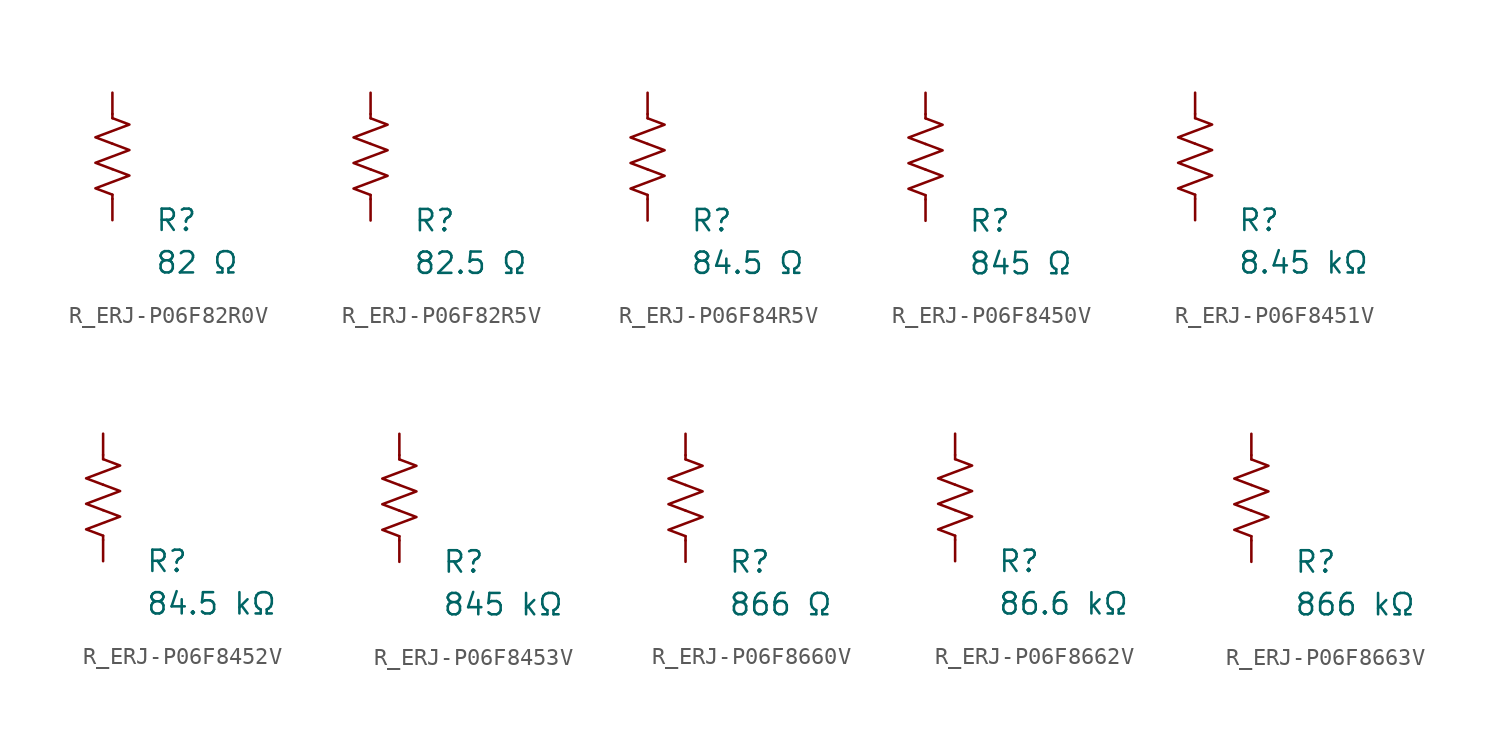
<source format=kicad_sym>
(kicad_symbol_lib
  (version 20231120)
  (generator "kicad_symbol_editor")
  (generator_version "8.0")
  (symbol "R_ERJ-P06F82R0V"
    (pin_numbers hide)
    (pin_names
      (offset 0))
    (property "Reference" "R"
      (at 2.54 -3.81 0)
      (effects (font (size 1.27 1.27)) (justify left))
      (show_name no))
    (property "Value" "82 Ω"
      (at 2.54 -6.35 0)
      (effects (font (size 1.27 1.27)) (justify left))
      (show_name no))
    (symbol "R_ERJ-P06F82R0V_0_1"
      (polyline (pts (xy 0 -2.286) (xy 0 -2.54)) (stroke (width 0) (type default)) (fill (type none)))
      (polyline (pts (xy 0 2.286) (xy 0 2.54)) (stroke (width 0) (type default)) (fill (type none)))
      (polyline (pts (xy 0 -0.762) (xy 1.016 -1.143) (xy 0 -1.524) (xy -1.016 -1.905) (xy 0 -2.286)) (stroke (width 0) (type default)) (fill (type none)))
      (polyline (pts (xy 0 0.762) (xy 1.016 0.381) (xy 0 0) (xy -1.016 -0.381) (xy 0 -0.762)) (stroke (width 0) (type default)) (fill (type none)))
      (polyline (pts (xy 0 2.286) (xy 1.016 1.905) (xy 0 1.524) (xy -1.016 1.143) (xy 0 0.762)) (stroke (width 0) (type default)) (fill (type none))))
    (symbol "R_ERJ-P06F82R0V_1_1"
      (pin passive line (at 0 3.81 270) (length 1.27) (name "~" (effects (font (size 1.27 1.27)))) (number "1" (effects (font (size 1.27 1.27)))))
      (pin passive line (at 0 -3.81 90) (length 1.27) (name "~" (effects (font (size 1.27 1.27)))) (number "2" (effects (font (size 1.27 1.27)))))))
  (symbol "R_ERJ-P06F82R5V"
    (pin_numbers hide)
    (pin_names
      (offset 0))
    (property "Reference" "R"
      (at 2.54 -3.81 0)
      (effects (font (size 1.27 1.27)) (justify left))
      (show_name no))
    (property "Value" "82.5 Ω"
      (at 2.54 -6.35 0)
      (effects (font (size 1.27 1.27)) (justify left))
      (show_name no))
    (symbol "R_ERJ-P06F82R5V_0_1"
      (polyline (pts (xy 0 -2.286) (xy 0 -2.54)) (stroke (width 0) (type default)) (fill (type none)))
      (polyline (pts (xy 0 2.286) (xy 0 2.54)) (stroke (width 0) (type default)) (fill (type none)))
      (polyline (pts (xy 0 -0.762) (xy 1.016 -1.143) (xy 0 -1.524) (xy -1.016 -1.905) (xy 0 -2.286)) (stroke (width 0) (type default)) (fill (type none)))
      (polyline (pts (xy 0 0.762) (xy 1.016 0.381) (xy 0 0) (xy -1.016 -0.381) (xy 0 -0.762)) (stroke (width 0) (type default)) (fill (type none)))
      (polyline (pts (xy 0 2.286) (xy 1.016 1.905) (xy 0 1.524) (xy -1.016 1.143) (xy 0 0.762)) (stroke (width 0) (type default)) (fill (type none))))
    (symbol "R_ERJ-P06F82R5V_1_1"
      (pin passive line (at 0 3.81 270) (length 1.27) (name "~" (effects (font (size 1.27 1.27)))) (number "1" (effects (font (size 1.27 1.27)))))
      (pin passive line (at 0 -3.81 90) (length 1.27) (name "~" (effects (font (size 1.27 1.27)))) (number "2" (effects (font (size 1.27 1.27)))))))
  (symbol "R_ERJ-P06F84R5V"
    (pin_numbers hide)
    (pin_names
      (offset 0))
    (property "Reference" "R"
      (at 2.54 -3.81 0)
      (effects (font (size 1.27 1.27)) (justify left))
      (show_name no))
    (property "Value" "84.5 Ω"
      (at 2.54 -6.35 0)
      (effects (font (size 1.27 1.27)) (justify left))
      (show_name no))
    (symbol "R_ERJ-P06F84R5V_0_1"
      (polyline (pts (xy 0 -2.286) (xy 0 -2.54)) (stroke (width 0) (type default)) (fill (type none)))
      (polyline (pts (xy 0 2.286) (xy 0 2.54)) (stroke (width 0) (type default)) (fill (type none)))
      (polyline (pts (xy 0 -0.762) (xy 1.016 -1.143) (xy 0 -1.524) (xy -1.016 -1.905) (xy 0 -2.286)) (stroke (width 0) (type default)) (fill (type none)))
      (polyline (pts (xy 0 0.762) (xy 1.016 0.381) (xy 0 0) (xy -1.016 -0.381) (xy 0 -0.762)) (stroke (width 0) (type default)) (fill (type none)))
      (polyline (pts (xy 0 2.286) (xy 1.016 1.905) (xy 0 1.524) (xy -1.016 1.143) (xy 0 0.762)) (stroke (width 0) (type default)) (fill (type none))))
    (symbol "R_ERJ-P06F84R5V_1_1"
      (pin passive line (at 0 3.81 270) (length 1.27) (name "~" (effects (font (size 1.27 1.27)))) (number "1" (effects (font (size 1.27 1.27)))))
      (pin passive line (at 0 -3.81 90) (length 1.27) (name "~" (effects (font (size 1.27 1.27)))) (number "2" (effects (font (size 1.27 1.27)))))))
  (symbol "R_ERJ-P06F8450V"
    (pin_numbers hide)
    (pin_names
      (offset 0))
    (property "Reference" "R"
      (at 2.54 -3.81 0)
      (effects (font (size 1.27 1.27)) (justify left))
      (show_name no))
    (property "Value" "845 Ω"
      (at 2.54 -6.35 0)
      (effects (font (size 1.27 1.27)) (justify left))
      (show_name no))
    (symbol "R_ERJ-P06F8450V_0_1"
      (polyline (pts (xy 0 -2.286) (xy 0 -2.54)) (stroke (width 0) (type default)) (fill (type none)))
      (polyline (pts (xy 0 2.286) (xy 0 2.54)) (stroke (width 0) (type default)) (fill (type none)))
      (polyline (pts (xy 0 -0.762) (xy 1.016 -1.143) (xy 0 -1.524) (xy -1.016 -1.905) (xy 0 -2.286)) (stroke (width 0) (type default)) (fill (type none)))
      (polyline (pts (xy 0 0.762) (xy 1.016 0.381) (xy 0 0) (xy -1.016 -0.381) (xy 0 -0.762)) (stroke (width 0) (type default)) (fill (type none)))
      (polyline (pts (xy 0 2.286) (xy 1.016 1.905) (xy 0 1.524) (xy -1.016 1.143) (xy 0 0.762)) (stroke (width 0) (type default)) (fill (type none))))
    (symbol "R_ERJ-P06F8450V_1_1"
      (pin passive line (at 0 3.81 270) (length 1.27) (name "~" (effects (font (size 1.27 1.27)))) (number "1" (effects (font (size 1.27 1.27)))))
      (pin passive line (at 0 -3.81 90) (length 1.27) (name "~" (effects (font (size 1.27 1.27)))) (number "2" (effects (font (size 1.27 1.27)))))))
  (symbol "R_ERJ-P06F8451V"
    (pin_numbers hide)
    (pin_names
      (offset 0))
    (property "Reference" "R"
      (at 2.54 -3.81 0)
      (effects (font (size 1.27 1.27)) (justify left))
      (show_name no))
    (property "Value" "8.45 kΩ"
      (at 2.54 -6.35 0)
      (effects (font (size 1.27 1.27)) (justify left))
      (show_name no))
    (symbol "R_ERJ-P06F8451V_0_1"
      (polyline (pts (xy 0 -2.286) (xy 0 -2.54)) (stroke (width 0) (type default)) (fill (type none)))
      (polyline (pts (xy 0 2.286) (xy 0 2.54)) (stroke (width 0) (type default)) (fill (type none)))
      (polyline (pts (xy 0 -0.762) (xy 1.016 -1.143) (xy 0 -1.524) (xy -1.016 -1.905) (xy 0 -2.286)) (stroke (width 0) (type default)) (fill (type none)))
      (polyline (pts (xy 0 0.762) (xy 1.016 0.381) (xy 0 0) (xy -1.016 -0.381) (xy 0 -0.762)) (stroke (width 0) (type default)) (fill (type none)))
      (polyline (pts (xy 0 2.286) (xy 1.016 1.905) (xy 0 1.524) (xy -1.016 1.143) (xy 0 0.762)) (stroke (width 0) (type default)) (fill (type none))))
    (symbol "R_ERJ-P06F8451V_1_1"
      (pin passive line (at 0 3.81 270) (length 1.27) (name "~" (effects (font (size 1.27 1.27)))) (number "1" (effects (font (size 1.27 1.27)))))
      (pin passive line (at 0 -3.81 90) (length 1.27) (name "~" (effects (font (size 1.27 1.27)))) (number "2" (effects (font (size 1.27 1.27)))))))
  (symbol "R_ERJ-P06F8452V"
    (pin_numbers hide)
    (pin_names
      (offset 0))
    (property "Reference" "R"
      (at 2.54 -3.81 0)
      (effects (font (size 1.27 1.27)) (justify left))
      (show_name no))
    (property "Value" "84.5 kΩ"
      (at 2.54 -6.35 0)
      (effects (font (size 1.27 1.27)) (justify left))
      (show_name no))
    (symbol "R_ERJ-P06F8452V_0_1"
      (polyline (pts (xy 0 -2.286) (xy 0 -2.54)) (stroke (width 0) (type default)) (fill (type none)))
      (polyline (pts (xy 0 2.286) (xy 0 2.54)) (stroke (width 0) (type default)) (fill (type none)))
      (polyline (pts (xy 0 -0.762) (xy 1.016 -1.143) (xy 0 -1.524) (xy -1.016 -1.905) (xy 0 -2.286)) (stroke (width 0) (type default)) (fill (type none)))
      (polyline (pts (xy 0 0.762) (xy 1.016 0.381) (xy 0 0) (xy -1.016 -0.381) (xy 0 -0.762)) (stroke (width 0) (type default)) (fill (type none)))
      (polyline (pts (xy 0 2.286) (xy 1.016 1.905) (xy 0 1.524) (xy -1.016 1.143) (xy 0 0.762)) (stroke (width 0) (type default)) (fill (type none))))
    (symbol "R_ERJ-P06F8452V_1_1"
      (pin passive line (at 0 3.81 270) (length 1.27) (name "~" (effects (font (size 1.27 1.27)))) (number "1" (effects (font (size 1.27 1.27)))))
      (pin passive line (at 0 -3.81 90) (length 1.27) (name "~" (effects (font (size 1.27 1.27)))) (number "2" (effects (font (size 1.27 1.27)))))))
  (symbol "R_ERJ-P06F8453V"
    (pin_numbers hide)
    (pin_names
      (offset 0))
    (property "Reference" "R"
      (at 2.54 -3.81 0)
      (effects (font (size 1.27 1.27)) (justify left))
      (show_name no))
    (property "Value" "845 kΩ"
      (at 2.54 -6.35 0)
      (effects (font (size 1.27 1.27)) (justify left))
      (show_name no))
    (symbol "R_ERJ-P06F8453V_0_1"
      (polyline (pts (xy 0 -2.286) (xy 0 -2.54)) (stroke (width 0) (type default)) (fill (type none)))
      (polyline (pts (xy 0 2.286) (xy 0 2.54)) (stroke (width 0) (type default)) (fill (type none)))
      (polyline (pts (xy 0 -0.762) (xy 1.016 -1.143) (xy 0 -1.524) (xy -1.016 -1.905) (xy 0 -2.286)) (stroke (width 0) (type default)) (fill (type none)))
      (polyline (pts (xy 0 0.762) (xy 1.016 0.381) (xy 0 0) (xy -1.016 -0.381) (xy 0 -0.762)) (stroke (width 0) (type default)) (fill (type none)))
      (polyline (pts (xy 0 2.286) (xy 1.016 1.905) (xy 0 1.524) (xy -1.016 1.143) (xy 0 0.762)) (stroke (width 0) (type default)) (fill (type none))))
    (symbol "R_ERJ-P06F8453V_1_1"
      (pin passive line (at 0 3.81 270) (length 1.27) (name "~" (effects (font (size 1.27 1.27)))) (number "1" (effects (font (size 1.27 1.27)))))
      (pin passive line (at 0 -3.81 90) (length 1.27) (name "~" (effects (font (size 1.27 1.27)))) (number "2" (effects (font (size 1.27 1.27)))))))
  (symbol "R_ERJ-P06F8660V"
    (pin_numbers hide)
    (pin_names
      (offset 0))
    (property "Reference" "R"
      (at 2.54 -3.81 0)
      (effects (font (size 1.27 1.27)) (justify left))
      (show_name no))
    (property "Value" "866 Ω"
      (at 2.54 -6.35 0)
      (effects (font (size 1.27 1.27)) (justify left))
      (show_name no))
    (symbol "R_ERJ-P06F8660V_0_1"
      (polyline (pts (xy 0 -2.286) (xy 0 -2.54)) (stroke (width 0) (type default)) (fill (type none)))
      (polyline (pts (xy 0 2.286) (xy 0 2.54)) (stroke (width 0) (type default)) (fill (type none)))
      (polyline (pts (xy 0 -0.762) (xy 1.016 -1.143) (xy 0 -1.524) (xy -1.016 -1.905) (xy 0 -2.286)) (stroke (width 0) (type default)) (fill (type none)))
      (polyline (pts (xy 0 0.762) (xy 1.016 0.381) (xy 0 0) (xy -1.016 -0.381) (xy 0 -0.762)) (stroke (width 0) (type default)) (fill (type none)))
      (polyline (pts (xy 0 2.286) (xy 1.016 1.905) (xy 0 1.524) (xy -1.016 1.143) (xy 0 0.762)) (stroke (width 0) (type default)) (fill (type none))))
    (symbol "R_ERJ-P06F8660V_1_1"
      (pin passive line (at 0 3.81 270) (length 1.27) (name "~" (effects (font (size 1.27 1.27)))) (number "1" (effects (font (size 1.27 1.27)))))
      (pin passive line (at 0 -3.81 90) (length 1.27) (name "~" (effects (font (size 1.27 1.27)))) (number "2" (effects (font (size 1.27 1.27)))))))
  (symbol "R_ERJ-P06F8662V"
    (pin_numbers hide)
    (pin_names
      (offset 0))
    (property "Reference" "R"
      (at 2.54 -3.81 0)
      (effects (font (size 1.27 1.27)) (justify left))
      (show_name no))
    (property "Value" "86.6 kΩ"
      (at 2.54 -6.35 0)
      (effects (font (size 1.27 1.27)) (justify left))
      (show_name no))
    (symbol "R_ERJ-P06F8662V_0_1"
      (polyline (pts (xy 0 -2.286) (xy 0 -2.54)) (stroke (width 0) (type default)) (fill (type none)))
      (polyline (pts (xy 0 2.286) (xy 0 2.54)) (stroke (width 0) (type default)) (fill (type none)))
      (polyline (pts (xy 0 -0.762) (xy 1.016 -1.143) (xy 0 -1.524) (xy -1.016 -1.905) (xy 0 -2.286)) (stroke (width 0) (type default)) (fill (type none)))
      (polyline (pts (xy 0 0.762) (xy 1.016 0.381) (xy 0 0) (xy -1.016 -0.381) (xy 0 -0.762)) (stroke (width 0) (type default)) (fill (type none)))
      (polyline (pts (xy 0 2.286) (xy 1.016 1.905) (xy 0 1.524) (xy -1.016 1.143) (xy 0 0.762)) (stroke (width 0) (type default)) (fill (type none))))
    (symbol "R_ERJ-P06F8662V_1_1"
      (pin passive line (at 0 3.81 270) (length 1.27) (name "~" (effects (font (size 1.27 1.27)))) (number "1" (effects (font (size 1.27 1.27)))))
      (pin passive line (at 0 -3.81 90) (length 1.27) (name "~" (effects (font (size 1.27 1.27)))) (number "2" (effects (font (size 1.27 1.27)))))))
  (symbol "R_ERJ-P06F8663V"
    (pin_numbers hide)
    (pin_names
      (offset 0))
    (property "Reference" "R"
      (at 2.54 -3.81 0)
      (effects (font (size 1.27 1.27)) (justify left))
      (show_name no))
    (property "Value" "866 kΩ"
      (at 2.54 -6.35 0)
      (effects (font (size 1.27 1.27)) (justify left))
      (show_name no))
    (symbol "R_ERJ-P06F8663V_0_1"
      (polyline (pts (xy 0 -2.286) (xy 0 -2.54)) (stroke (width 0) (type default)) (fill (type none)))
      (polyline (pts (xy 0 2.286) (xy 0 2.54)) (stroke (width 0) (type default)) (fill (type none)))
      (polyline (pts (xy 0 -0.762) (xy 1.016 -1.143) (xy 0 -1.524) (xy -1.016 -1.905) (xy 0 -2.286)) (stroke (width 0) (type default)) (fill (type none)))
      (polyline (pts (xy 0 0.762) (xy 1.016 0.381) (xy 0 0) (xy -1.016 -0.381) (xy 0 -0.762)) (stroke (width 0) (type default)) (fill (type none)))
      (polyline (pts (xy 0 2.286) (xy 1.016 1.905) (xy 0 1.524) (xy -1.016 1.143) (xy 0 0.762)) (stroke (width 0) (type default)) (fill (type none))))
    (symbol "R_ERJ-P06F8663V_1_1"
      (pin passive line (at 0 3.81 270) (length 1.27) (name "~" (effects (font (size 1.27 1.27)))) (number "1" (effects (font (size 1.27 1.27)))))
      (pin passive line (at 0 -3.81 90) (length 1.27) (name "~" (effects (font (size 1.27 1.27)))) (number "2" (effects (font (size 1.27 1.27))))))))
</source>
